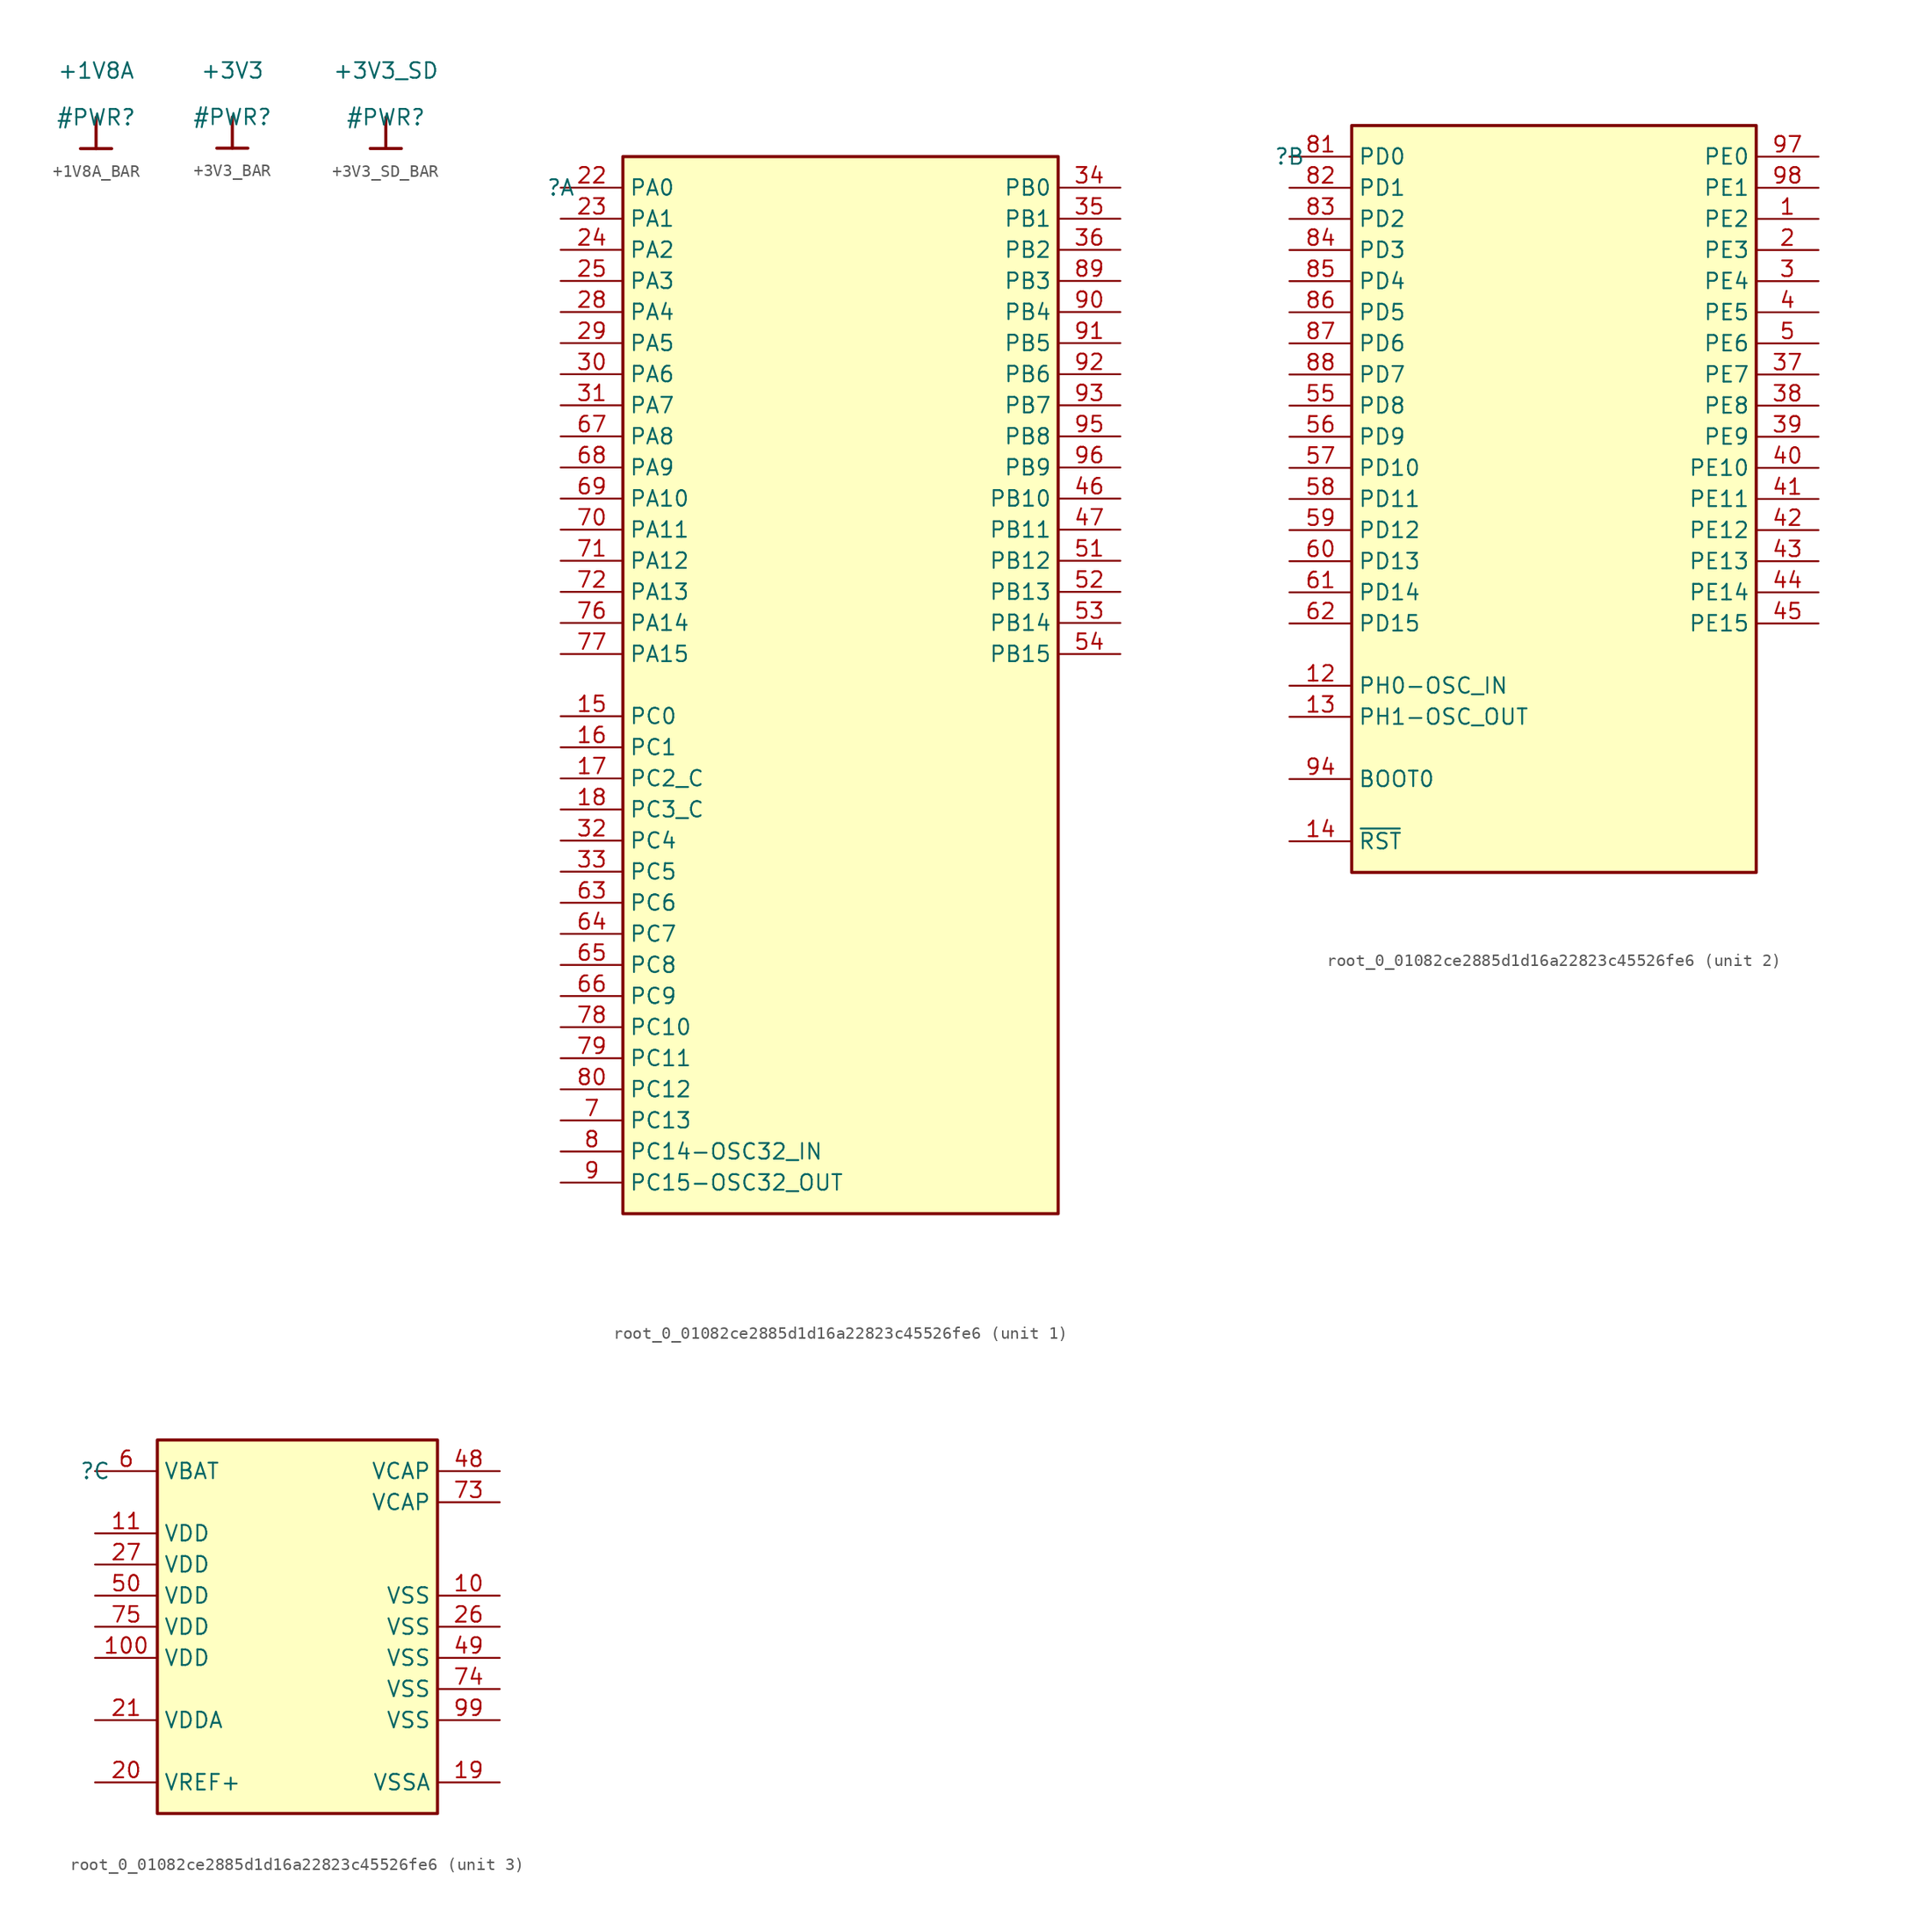
<source format=kicad_sym>
(kicad_symbol_lib
  (version 20231120)
  (generator "kicad_symbol_editor")
  (generator_version "8.0")
  (symbol "+1V8A_BAR"
    (power)
    (property "Reference" "#PWR"
      (at 0 0 0)
      (effects (font (size 1.27 1.27))))
    (property "Value" "+1V8A"
      (at 0 3.81 0)
      (effects (font (size 1.27 1.27))))
    (symbol "+1V8A_BAR_0_0"
      (polyline (pts (xy -1.27 -2.54) (xy 1.27 -2.54)) (stroke (width 0.254) (type solid)) (fill (type none)))
      (polyline (pts (xy 0 0) (xy 0 -2.54)) (stroke (width 0.254) (type solid)) (fill (type none)))
      (pin power_in line (at 0 0 0) (length 0) hide (name "+1V8A" (effects (font (size 1.27 1.27)))) (number "" (effects (font (size 1.27 1.27)))))))
  (symbol "+3V3_BAR"
    (power)
    (property "Reference" "#PWR"
      (at 0 0 0)
      (effects (font (size 1.27 1.27))))
    (property "Value" "+3V3"
      (at 0 3.81 0)
      (effects (font (size 1.27 1.27))))
    (symbol "+3V3_BAR_0_0"
      (polyline (pts (xy -1.27 -2.54) (xy 1.27 -2.54)) (stroke (width 0.254) (type solid)) (fill (type none)))
      (polyline (pts (xy 0 0) (xy 0 -2.54)) (stroke (width 0.254) (type solid)) (fill (type none)))
      (pin power_in line (at 0 0 0) (length 0) hide (name "+3V3" (effects (font (size 1.27 1.27)))) (number "" (effects (font (size 1.27 1.27)))))))
  (symbol "+3V3_SD_BAR"
    (power)
    (property "Reference" "#PWR"
      (at 0 0 0)
      (effects (font (size 1.27 1.27))))
    (property "Value" "+3V3_SD"
      (at 0 3.81 0)
      (effects (font (size 1.27 1.27))))
    (symbol "+3V3_SD_BAR_0_0"
      (polyline (pts (xy -1.27 -2.54) (xy 1.27 -2.54)) (stroke (width 0.254) (type solid)) (fill (type none)))
      (polyline (pts (xy 0 0) (xy 0 -2.54)) (stroke (width 0.254) (type solid)) (fill (type none)))
      (pin power_in line (at 0 0 0) (length 0) hide (name "+3V3_SD" (effects (font (size 1.27 1.27)))) (number "" (effects (font (size 1.27 1.27)))))))
  (symbol "root_0_01082ce2885d1d16a22823c45526fe6"
    (property "Reference" ""
      (at 0 0 0)
      (effects (font (size 1.27 1.27))))
    (property "Value" ""
      (at 0 0 0)
      (effects (font (size 1.27 1.27))))
    (symbol "root_0_01082ce2885d1d16a22823c45526fe6_1_0"
      (rectangle (start 40.64 2.54) (end 5.08 -83.82) (stroke (width 0.254) (type solid) (color 128 0 0 1)) (fill (type background)))
      (pin bidirectional line (at 0 -43.18 0) (length 5.08) (name "PC0" (effects (font (size 1.27 1.27)))) (number "15" (effects (font (size 1.27 1.27)))))
      (pin bidirectional line (at 0 -45.72 0) (length 5.08) (name "PC1" (effects (font (size 1.27 1.27)))) (number "16" (effects (font (size 1.27 1.27)))))
      (pin bidirectional line (at 0 -48.26 0) (length 5.08) (name "PC2_C" (effects (font (size 1.27 1.27)))) (number "17" (effects (font (size 1.27 1.27)))))
      (pin bidirectional line (at 0 -50.8 0) (length 5.08) (name "PC3_C" (effects (font (size 1.27 1.27)))) (number "18" (effects (font (size 1.27 1.27)))))
      (pin bidirectional line (at 0 0 0) (length 5.08) (name "PA0" (effects (font (size 1.27 1.27)))) (number "22" (effects (font (size 1.27 1.27)))))
      (pin bidirectional line (at 0 -2.54 0) (length 5.08) (name "PA1" (effects (font (size 1.27 1.27)))) (number "23" (effects (font (size 1.27 1.27)))))
      (pin bidirectional line (at 0 -5.08 0) (length 5.08) (name "PA2" (effects (font (size 1.27 1.27)))) (number "24" (effects (font (size 1.27 1.27)))))
      (pin bidirectional line (at 0 -7.62 0) (length 5.08) (name "PA3" (effects (font (size 1.27 1.27)))) (number "25" (effects (font (size 1.27 1.27)))))
      (pin bidirectional line (at 0 -10.16 0) (length 5.08) (name "PA4" (effects (font (size 1.27 1.27)))) (number "28" (effects (font (size 1.27 1.27)))))
      (pin bidirectional line (at 0 -12.7 0) (length 5.08) (name "PA5" (effects (font (size 1.27 1.27)))) (number "29" (effects (font (size 1.27 1.27)))))
      (pin bidirectional line (at 0 -15.24 0) (length 5.08) (name "PA6" (effects (font (size 1.27 1.27)))) (number "30" (effects (font (size 1.27 1.27)))))
      (pin bidirectional line (at 0 -17.78 0) (length 5.08) (name "PA7" (effects (font (size 1.27 1.27)))) (number "31" (effects (font (size 1.27 1.27)))))
      (pin bidirectional line (at 0 -53.34 0) (length 5.08) (name "PC4" (effects (font (size 1.27 1.27)))) (number "32" (effects (font (size 1.27 1.27)))))
      (pin bidirectional line (at 0 -55.88 0) (length 5.08) (name "PC5" (effects (font (size 1.27 1.27)))) (number "33" (effects (font (size 1.27 1.27)))))
      (pin bidirectional line (at 45.72 0 180) (length 5.08) (name "PB0" (effects (font (size 1.27 1.27)))) (number "34" (effects (font (size 1.27 1.27)))))
      (pin bidirectional line (at 45.72 -2.54 180) (length 5.08) (name "PB1" (effects (font (size 1.27 1.27)))) (number "35" (effects (font (size 1.27 1.27)))))
      (pin bidirectional line (at 45.72 -5.08 180) (length 5.08) (name "PB2" (effects (font (size 1.27 1.27)))) (number "36" (effects (font (size 1.27 1.27)))))
      (pin bidirectional line (at 45.72 -25.4 180) (length 5.08) (name "PB10" (effects (font (size 1.27 1.27)))) (number "46" (effects (font (size 1.27 1.27)))))
      (pin bidirectional line (at 45.72 -27.94 180) (length 5.08) (name "PB11" (effects (font (size 1.27 1.27)))) (number "47" (effects (font (size 1.27 1.27)))))
      (pin bidirectional line (at 45.72 -30.48 180) (length 5.08) (name "PB12" (effects (font (size 1.27 1.27)))) (number "51" (effects (font (size 1.27 1.27)))))
      (pin bidirectional line (at 45.72 -33.02 180) (length 5.08) (name "PB13" (effects (font (size 1.27 1.27)))) (number "52" (effects (font (size 1.27 1.27)))))
      (pin bidirectional line (at 45.72 -35.56 180) (length 5.08) (name "PB14" (effects (font (size 1.27 1.27)))) (number "53" (effects (font (size 1.27 1.27)))))
      (pin bidirectional line (at 45.72 -38.1 180) (length 5.08) (name "PB15" (effects (font (size 1.27 1.27)))) (number "54" (effects (font (size 1.27 1.27)))))
      (pin bidirectional line (at 0 -58.42 0) (length 5.08) (name "PC6" (effects (font (size 1.27 1.27)))) (number "63" (effects (font (size 1.27 1.27)))))
      (pin bidirectional line (at 0 -60.96 0) (length 5.08) (name "PC7" (effects (font (size 1.27 1.27)))) (number "64" (effects (font (size 1.27 1.27)))))
      (pin bidirectional line (at 0 -63.5 0) (length 5.08) (name "PC8" (effects (font (size 1.27 1.27)))) (number "65" (effects (font (size 1.27 1.27)))))
      (pin bidirectional line (at 0 -66.04 0) (length 5.08) (name "PC9" (effects (font (size 1.27 1.27)))) (number "66" (effects (font (size 1.27 1.27)))))
      (pin bidirectional line (at 0 -20.32 0) (length 5.08) (name "PA8" (effects (font (size 1.27 1.27)))) (number "67" (effects (font (size 1.27 1.27)))))
      (pin bidirectional line (at 0 -22.86 0) (length 5.08) (name "PA9" (effects (font (size 1.27 1.27)))) (number "68" (effects (font (size 1.27 1.27)))))
      (pin bidirectional line (at 0 -25.4 0) (length 5.08) (name "PA10" (effects (font (size 1.27 1.27)))) (number "69" (effects (font (size 1.27 1.27)))))
      (pin bidirectional line (at 0 -76.2 0) (length 5.08) (name "PC13" (effects (font (size 1.27 1.27)))) (number "7" (effects (font (size 1.27 1.27)))))
      (pin bidirectional line (at 0 -27.94 0) (length 5.08) (name "PA11" (effects (font (size 1.27 1.27)))) (number "70" (effects (font (size 1.27 1.27)))))
      (pin bidirectional line (at 0 -30.48 0) (length 5.08) (name "PA12" (effects (font (size 1.27 1.27)))) (number "71" (effects (font (size 1.27 1.27)))))
      (pin bidirectional line (at 0 -33.02 0) (length 5.08) (name "PA13" (effects (font (size 1.27 1.27)))) (number "72" (effects (font (size 1.27 1.27)))))
      (pin bidirectional line (at 0 -35.56 0) (length 5.08) (name "PA14" (effects (font (size 1.27 1.27)))) (number "76" (effects (font (size 1.27 1.27)))))
      (pin bidirectional line (at 0 -38.1 0) (length 5.08) (name "PA15" (effects (font (size 1.27 1.27)))) (number "77" (effects (font (size 1.27 1.27)))))
      (pin bidirectional line (at 0 -68.58 0) (length 5.08) (name "PC10" (effects (font (size 1.27 1.27)))) (number "78" (effects (font (size 1.27 1.27)))))
      (pin bidirectional line (at 0 -71.12 0) (length 5.08) (name "PC11" (effects (font (size 1.27 1.27)))) (number "79" (effects (font (size 1.27 1.27)))))
      (pin bidirectional line (at 0 -78.74 0) (length 5.08) (name "PC14-OSC32_IN" (effects (font (size 1.27 1.27)))) (number "8" (effects (font (size 1.27 1.27)))))
      (pin bidirectional line (at 0 -73.66 0) (length 5.08) (name "PC12" (effects (font (size 1.27 1.27)))) (number "80" (effects (font (size 1.27 1.27)))))
      (pin bidirectional line (at 45.72 -7.62 180) (length 5.08) (name "PB3" (effects (font (size 1.27 1.27)))) (number "89" (effects (font (size 1.27 1.27)))))
      (pin bidirectional line (at 0 -81.28 0) (length 5.08) (name "PC15-OSC32_OUT" (effects (font (size 1.27 1.27)))) (number "9" (effects (font (size 1.27 1.27)))))
      (pin bidirectional line (at 45.72 -10.16 180) (length 5.08) (name "PB4" (effects (font (size 1.27 1.27)))) (number "90" (effects (font (size 1.27 1.27)))))
      (pin bidirectional line (at 45.72 -12.7 180) (length 5.08) (name "PB5" (effects (font (size 1.27 1.27)))) (number "91" (effects (font (size 1.27 1.27)))))
      (pin bidirectional line (at 45.72 -15.24 180) (length 5.08) (name "PB6" (effects (font (size 1.27 1.27)))) (number "92" (effects (font (size 1.27 1.27)))))
      (pin bidirectional line (at 45.72 -17.78 180) (length 5.08) (name "PB7" (effects (font (size 1.27 1.27)))) (number "93" (effects (font (size 1.27 1.27)))))
      (pin bidirectional line (at 45.72 -20.32 180) (length 5.08) (name "PB8" (effects (font (size 1.27 1.27)))) (number "95" (effects (font (size 1.27 1.27)))))
      (pin bidirectional line (at 45.72 -22.86 180) (length 5.08) (name "PB9" (effects (font (size 1.27 1.27)))) (number "96" (effects (font (size 1.27 1.27))))))
    (symbol "root_0_01082ce2885d1d16a22823c45526fe6_2_0"
      (rectangle (start 38.1 2.54) (end 5.08 -58.42) (stroke (width 0.254) (type solid) (color 128 0 0 1)) (fill (type background)))
      (pin bidirectional line (at 43.18 -5.08 180) (length 5.08) (name "PE2" (effects (font (size 1.27 1.27)))) (number "1" (effects (font (size 1.27 1.27)))))
      (pin bidirectional line (at 0 -43.18 0) (length 5.08) (name "PH0-OSC_IN" (effects (font (size 1.27 1.27)))) (number "12" (effects (font (size 1.27 1.27)))))
      (pin bidirectional line (at 0 -45.72 0) (length 5.08) (name "PH1-OSC_OUT" (effects (font (size 1.27 1.27)))) (number "13" (effects (font (size 1.27 1.27)))))
      (pin input line (at 0 -55.88 0) (length 5.08) (name "~{RST}" (effects (font (size 1.27 1.27)))) (number "14" (effects (font (size 1.27 1.27)))))
      (pin bidirectional line (at 43.18 -7.62 180) (length 5.08) (name "PE3" (effects (font (size 1.27 1.27)))) (number "2" (effects (font (size 1.27 1.27)))))
      (pin bidirectional line (at 43.18 -10.16 180) (length 5.08) (name "PE4" (effects (font (size 1.27 1.27)))) (number "3" (effects (font (size 1.27 1.27)))))
      (pin bidirectional line (at 43.18 -17.78 180) (length 5.08) (name "PE7" (effects (font (size 1.27 1.27)))) (number "37" (effects (font (size 1.27 1.27)))))
      (pin bidirectional line (at 43.18 -20.32 180) (length 5.08) (name "PE8" (effects (font (size 1.27 1.27)))) (number "38" (effects (font (size 1.27 1.27)))))
      (pin bidirectional line (at 43.18 -22.86 180) (length 5.08) (name "PE9" (effects (font (size 1.27 1.27)))) (number "39" (effects (font (size 1.27 1.27)))))
      (pin bidirectional line (at 43.18 -12.7 180) (length 5.08) (name "PE5" (effects (font (size 1.27 1.27)))) (number "4" (effects (font (size 1.27 1.27)))))
      (pin bidirectional line (at 43.18 -25.4 180) (length 5.08) (name "PE10" (effects (font (size 1.27 1.27)))) (number "40" (effects (font (size 1.27 1.27)))))
      (pin bidirectional line (at 43.18 -27.94 180) (length 5.08) (name "PE11" (effects (font (size 1.27 1.27)))) (number "41" (effects (font (size 1.27 1.27)))))
      (pin bidirectional line (at 43.18 -30.48 180) (length 5.08) (name "PE12" (effects (font (size 1.27 1.27)))) (number "42" (effects (font (size 1.27 1.27)))))
      (pin bidirectional line (at 43.18 -33.02 180) (length 5.08) (name "PE13" (effects (font (size 1.27 1.27)))) (number "43" (effects (font (size 1.27 1.27)))))
      (pin bidirectional line (at 43.18 -35.56 180) (length 5.08) (name "PE14" (effects (font (size 1.27 1.27)))) (number "44" (effects (font (size 1.27 1.27)))))
      (pin bidirectional line (at 43.18 -38.1 180) (length 5.08) (name "PE15" (effects (font (size 1.27 1.27)))) (number "45" (effects (font (size 1.27 1.27)))))
      (pin bidirectional line (at 43.18 -15.24 180) (length 5.08) (name "PE6" (effects (font (size 1.27 1.27)))) (number "5" (effects (font (size 1.27 1.27)))))
      (pin bidirectional line (at 0 -20.32 0) (length 5.08) (name "PD8" (effects (font (size 1.27 1.27)))) (number "55" (effects (font (size 1.27 1.27)))))
      (pin bidirectional line (at 0 -22.86 0) (length 5.08) (name "PD9" (effects (font (size 1.27 1.27)))) (number "56" (effects (font (size 1.27 1.27)))))
      (pin bidirectional line (at 0 -25.4 0) (length 5.08) (name "PD10" (effects (font (size 1.27 1.27)))) (number "57" (effects (font (size 1.27 1.27)))))
      (pin bidirectional line (at 0 -27.94 0) (length 5.08) (name "PD11" (effects (font (size 1.27 1.27)))) (number "58" (effects (font (size 1.27 1.27)))))
      (pin bidirectional line (at 0 -30.48 0) (length 5.08) (name "PD12" (effects (font (size 1.27 1.27)))) (number "59" (effects (font (size 1.27 1.27)))))
      (pin bidirectional line (at 0 -33.02 0) (length 5.08) (name "PD13" (effects (font (size 1.27 1.27)))) (number "60" (effects (font (size 1.27 1.27)))))
      (pin bidirectional line (at 0 -35.56 0) (length 5.08) (name "PD14" (effects (font (size 1.27 1.27)))) (number "61" (effects (font (size 1.27 1.27)))))
      (pin bidirectional line (at 0 -38.1 0) (length 5.08) (name "PD15" (effects (font (size 1.27 1.27)))) (number "62" (effects (font (size 1.27 1.27)))))
      (pin bidirectional line (at 0 0 0) (length 5.08) (name "PD0" (effects (font (size 1.27 1.27)))) (number "81" (effects (font (size 1.27 1.27)))))
      (pin bidirectional line (at 0 -2.54 0) (length 5.08) (name "PD1" (effects (font (size 1.27 1.27)))) (number "82" (effects (font (size 1.27 1.27)))))
      (pin bidirectional line (at 0 -5.08 0) (length 5.08) (name "PD2" (effects (font (size 1.27 1.27)))) (number "83" (effects (font (size 1.27 1.27)))))
      (pin bidirectional line (at 0 -7.62 0) (length 5.08) (name "PD3" (effects (font (size 1.27 1.27)))) (number "84" (effects (font (size 1.27 1.27)))))
      (pin bidirectional line (at 0 -10.16 0) (length 5.08) (name "PD4" (effects (font (size 1.27 1.27)))) (number "85" (effects (font (size 1.27 1.27)))))
      (pin bidirectional line (at 0 -12.7 0) (length 5.08) (name "PD5" (effects (font (size 1.27 1.27)))) (number "86" (effects (font (size 1.27 1.27)))))
      (pin bidirectional line (at 0 -15.24 0) (length 5.08) (name "PD6" (effects (font (size 1.27 1.27)))) (number "87" (effects (font (size 1.27 1.27)))))
      (pin bidirectional line (at 0 -17.78 0) (length 5.08) (name "PD7" (effects (font (size 1.27 1.27)))) (number "88" (effects (font (size 1.27 1.27)))))
      (pin input line (at 0 -50.8 0) (length 5.08) (name "BOOT0" (effects (font (size 1.27 1.27)))) (number "94" (effects (font (size 1.27 1.27)))))
      (pin bidirectional line (at 43.18 0 180) (length 5.08) (name "PE0" (effects (font (size 1.27 1.27)))) (number "97" (effects (font (size 1.27 1.27)))))
      (pin bidirectional line (at 43.18 -2.54 180) (length 5.08) (name "PE1" (effects (font (size 1.27 1.27)))) (number "98" (effects (font (size 1.27 1.27))))))
    (symbol "root_0_01082ce2885d1d16a22823c45526fe6_3_0"
      (rectangle (start 27.94 2.54) (end 5.08 -27.94) (stroke (width 0.254) (type solid) (color 128 0 0 1)) (fill (type background)))
      (pin power_in line (at 33.02 -10.16 180) (length 5.08) (name "VSS" (effects (font (size 1.27 1.27)))) (number "10" (effects (font (size 1.27 1.27)))))
      (pin power_in line (at 0 -15.24 0) (length 5.08) (name "VDD" (effects (font (size 1.27 1.27)))) (number "100" (effects (font (size 1.27 1.27)))))
      (pin power_in line (at 0 -5.08 0) (length 5.08) (name "VDD" (effects (font (size 1.27 1.27)))) (number "11" (effects (font (size 1.27 1.27)))))
      (pin power_in line (at 33.02 -25.4 180) (length 5.08) (name "VSSA" (effects (font (size 1.27 1.27)))) (number "19" (effects (font (size 1.27 1.27)))))
      (pin power_in line (at 0 -25.4 0) (length 5.08) (name "VREF+" (effects (font (size 1.27 1.27)))) (number "20" (effects (font (size 1.27 1.27)))))
      (pin power_in line (at 0 -20.32 0) (length 5.08) (name "VDDA" (effects (font (size 1.27 1.27)))) (number "21" (effects (font (size 1.27 1.27)))))
      (pin power_in line (at 33.02 -12.7 180) (length 5.08) (name "VSS" (effects (font (size 1.27 1.27)))) (number "26" (effects (font (size 1.27 1.27)))))
      (pin power_in line (at 0 -7.62 0) (length 5.08) (name "VDD" (effects (font (size 1.27 1.27)))) (number "27" (effects (font (size 1.27 1.27)))))
      (pin passive line (at 33.02 0 180) (length 5.08) (name "VCAP" (effects (font (size 1.27 1.27)))) (number "48" (effects (font (size 1.27 1.27)))))
      (pin power_in line (at 33.02 -15.24 180) (length 5.08) (name "VSS" (effects (font (size 1.27 1.27)))) (number "49" (effects (font (size 1.27 1.27)))))
      (pin power_in line (at 0 -10.16 0) (length 5.08) (name "VDD" (effects (font (size 1.27 1.27)))) (number "50" (effects (font (size 1.27 1.27)))))
      (pin power_in line (at 0 0 0) (length 5.08) (name "VBAT" (effects (font (size 1.27 1.27)))) (number "6" (effects (font (size 1.27 1.27)))))
      (pin passive line (at 33.02 -2.54 180) (length 5.08) (name "VCAP" (effects (font (size 1.27 1.27)))) (number "73" (effects (font (size 1.27 1.27)))))
      (pin power_in line (at 33.02 -17.78 180) (length 5.08) (name "VSS" (effects (font (size 1.27 1.27)))) (number "74" (effects (font (size 1.27 1.27)))))
      (pin power_in line (at 0 -12.7 0) (length 5.08) (name "VDD" (effects (font (size 1.27 1.27)))) (number "75" (effects (font (size 1.27 1.27)))))
      (pin power_in line (at 33.02 -20.32 180) (length 5.08) (name "VSS" (effects (font (size 1.27 1.27)))) (number "99" (effects (font (size 1.27 1.27))))))))
</source>
